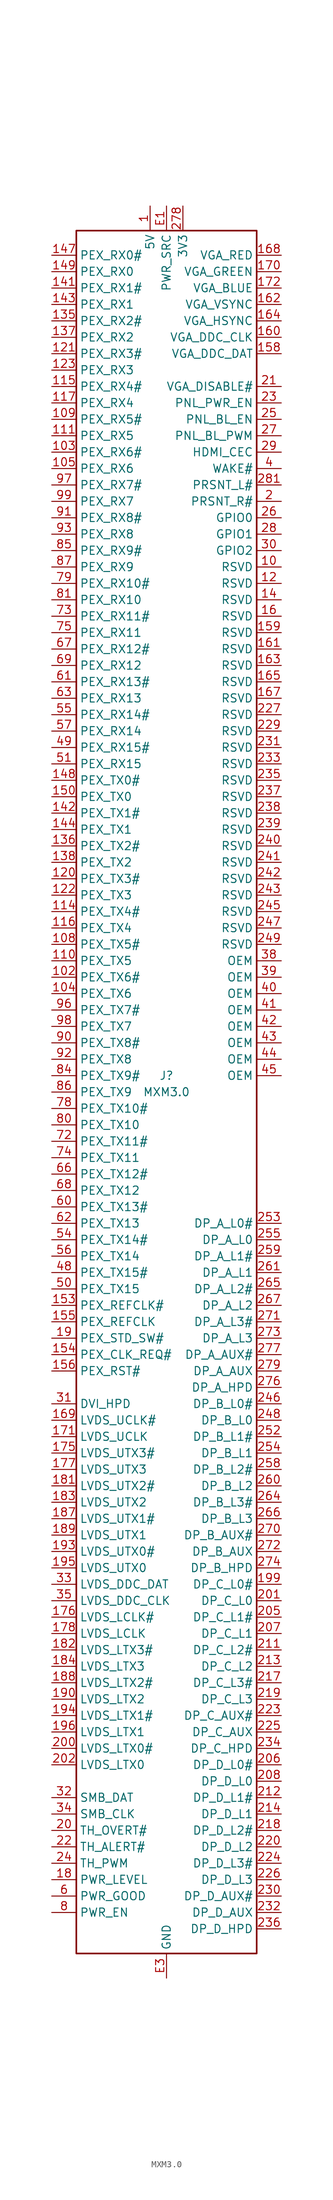
<source format=kicad_sym>
(kicad_symbol_lib
  (version 20211014)
  (generator kicad_symbol_editor)
  (symbol "MXM3.0"
    (property "Reference" "J"
      (at 0 2.54 0)
      (effects (font (size 1.27 1.27))))
    (property "Value" "MXM3.0"
      (at 0 0 0)
      (effects (font (size 1.27 1.27))))
    (symbol "MXM3.0_1_1"
      (rectangle (start -13.97 133.35) (end 13.97 -133.35) (stroke (width 0.254) (type default) (color 0 0 0 0)) (fill (type none)))
      (pin power_in line (at -2.54 137.16 270) (length 3.81) (name "5V" (effects (font (size 1.27 1.27)))) (number "1" (effects (font (size 1.27 1.27)))))
      (pin bidirectional line (at 17.78 81.28 180) (length 3.81) (name "RSVD" (effects (font (size 1.27 1.27)))) (number "10" (effects (font (size 1.27 1.27)))))
      (pin passive line (at 0 -137.16 90) (length 3.81) hide (name "GND" (effects (font (size 1.27 1.27)))) (number "100" (effects (font (size 1.27 1.27)))))
      (pin passive line (at 0 -137.16 90) (length 3.81) hide (name "GND" (effects (font (size 1.27 1.27)))) (number "101" (effects (font (size 1.27 1.27)))))
      (pin input line (at -17.78 17.78 0) (length 3.81) (name "PEX_TX6#" (effects (font (size 1.27 1.27)))) (number "102" (effects (font (size 1.27 1.27)))))
      (pin output line (at -17.78 99.06 0) (length 3.81) (name "PEX_RX6#" (effects (font (size 1.27 1.27)))) (number "103" (effects (font (size 1.27 1.27)))))
      (pin input line (at -17.78 15.24 0) (length 3.81) (name "PEX_TX6" (effects (font (size 1.27 1.27)))) (number "104" (effects (font (size 1.27 1.27)))))
      (pin output line (at -17.78 96.52 0) (length 3.81) (name "PEX_RX6" (effects (font (size 1.27 1.27)))) (number "105" (effects (font (size 1.27 1.27)))))
      (pin passive line (at 0 -137.16 90) (length 3.81) hide (name "GND" (effects (font (size 1.27 1.27)))) (number "106" (effects (font (size 1.27 1.27)))))
      (pin passive line (at 0 -137.16 90) (length 3.81) hide (name "GND" (effects (font (size 1.27 1.27)))) (number "107" (effects (font (size 1.27 1.27)))))
      (pin input line (at -17.78 22.86 0) (length 3.81) (name "PEX_TX5#" (effects (font (size 1.27 1.27)))) (number "108" (effects (font (size 1.27 1.27)))))
      (pin output line (at -17.78 104.14 0) (length 3.81) (name "PEX_RX5#" (effects (font (size 1.27 1.27)))) (number "109" (effects (font (size 1.27 1.27)))))
      (pin passive line (at 0 -137.16 90) (length 3.81) hide (name "GND" (effects (font (size 1.27 1.27)))) (number "11" (effects (font (size 1.27 1.27)))))
      (pin input line (at -17.78 20.32 0) (length 3.81) (name "PEX_TX5" (effects (font (size 1.27 1.27)))) (number "110" (effects (font (size 1.27 1.27)))))
      (pin output line (at -17.78 101.6 0) (length 3.81) (name "PEX_RX5" (effects (font (size 1.27 1.27)))) (number "111" (effects (font (size 1.27 1.27)))))
      (pin passive line (at 0 -137.16 90) (length 3.81) hide (name "GND" (effects (font (size 1.27 1.27)))) (number "112" (effects (font (size 1.27 1.27)))))
      (pin passive line (at 0 -137.16 90) (length 3.81) hide (name "GND" (effects (font (size 1.27 1.27)))) (number "113" (effects (font (size 1.27 1.27)))))
      (pin input line (at -17.78 27.94 0) (length 3.81) (name "PEX_TX4#" (effects (font (size 1.27 1.27)))) (number "114" (effects (font (size 1.27 1.27)))))
      (pin output line (at -17.78 109.22 0) (length 3.81) (name "PEX_RX4#" (effects (font (size 1.27 1.27)))) (number "115" (effects (font (size 1.27 1.27)))))
      (pin input line (at -17.78 25.4 0) (length 3.81) (name "PEX_TX4" (effects (font (size 1.27 1.27)))) (number "116" (effects (font (size 1.27 1.27)))))
      (pin output line (at -17.78 106.68 0) (length 3.81) (name "PEX_RX4" (effects (font (size 1.27 1.27)))) (number "117" (effects (font (size 1.27 1.27)))))
      (pin passive line (at 0 -137.16 90) (length 3.81) hide (name "GND" (effects (font (size 1.27 1.27)))) (number "118" (effects (font (size 1.27 1.27)))))
      (pin passive line (at 0 -137.16 90) (length 3.81) hide (name "GND" (effects (font (size 1.27 1.27)))) (number "119" (effects (font (size 1.27 1.27)))))
      (pin bidirectional line (at 17.78 78.74 180) (length 3.81) (name "RSVD" (effects (font (size 1.27 1.27)))) (number "12" (effects (font (size 1.27 1.27)))))
      (pin input line (at -17.78 33.02 0) (length 3.81) (name "PEX_TX3#" (effects (font (size 1.27 1.27)))) (number "120" (effects (font (size 1.27 1.27)))))
      (pin output line (at -17.78 114.3 0) (length 3.81) (name "PEX_RX3#" (effects (font (size 1.27 1.27)))) (number "121" (effects (font (size 1.27 1.27)))))
      (pin input line (at -17.78 30.48 0) (length 3.81) (name "PEX_TX3" (effects (font (size 1.27 1.27)))) (number "122" (effects (font (size 1.27 1.27)))))
      (pin output line (at -17.78 111.76 0) (length 3.81) (name "PEX_RX3" (effects (font (size 1.27 1.27)))) (number "123" (effects (font (size 1.27 1.27)))))
      (pin passive line (at 0 -137.16 90) (length 3.81) hide (name "GND" (effects (font (size 1.27 1.27)))) (number "124" (effects (font (size 1.27 1.27)))))
      (pin passive line (at 0 -137.16 90) (length 3.81) hide (name "GND" (effects (font (size 1.27 1.27)))) (number "125" (effects (font (size 1.27 1.27)))))
      (pin passive line (at 0 -137.16 90) (length 3.81) hide (name "GND" (effects (font (size 1.27 1.27)))) (number "13" (effects (font (size 1.27 1.27)))))
      (pin passive line (at 0 -137.16 90) (length 3.81) hide (name "GND" (effects (font (size 1.27 1.27)))) (number "133" (effects (font (size 1.27 1.27)))))
      (pin passive line (at 0 -137.16 90) (length 3.81) hide (name "GND" (effects (font (size 1.27 1.27)))) (number "134" (effects (font (size 1.27 1.27)))))
      (pin output line (at -17.78 119.38 0) (length 3.81) (name "PEX_RX2#" (effects (font (size 1.27 1.27)))) (number "135" (effects (font (size 1.27 1.27)))))
      (pin input line (at -17.78 38.1 0) (length 3.81) (name "PEX_TX2#" (effects (font (size 1.27 1.27)))) (number "136" (effects (font (size 1.27 1.27)))))
      (pin output line (at -17.78 116.84 0) (length 3.81) (name "PEX_RX2" (effects (font (size 1.27 1.27)))) (number "137" (effects (font (size 1.27 1.27)))))
      (pin input line (at -17.78 35.56 0) (length 3.81) (name "PEX_TX2" (effects (font (size 1.27 1.27)))) (number "138" (effects (font (size 1.27 1.27)))))
      (pin passive line (at 0 -137.16 90) (length 3.81) hide (name "GND" (effects (font (size 1.27 1.27)))) (number "139" (effects (font (size 1.27 1.27)))))
      (pin bidirectional line (at 17.78 76.2 180) (length 3.81) (name "RSVD" (effects (font (size 1.27 1.27)))) (number "14" (effects (font (size 1.27 1.27)))))
      (pin passive line (at 0 -137.16 90) (length 3.81) hide (name "GND" (effects (font (size 1.27 1.27)))) (number "140" (effects (font (size 1.27 1.27)))))
      (pin output line (at -17.78 124.46 0) (length 3.81) (name "PEX_RX1#" (effects (font (size 1.27 1.27)))) (number "141" (effects (font (size 1.27 1.27)))))
      (pin input line (at -17.78 43.18 0) (length 3.81) (name "PEX_TX1#" (effects (font (size 1.27 1.27)))) (number "142" (effects (font (size 1.27 1.27)))))
      (pin output line (at -17.78 121.92 0) (length 3.81) (name "PEX_RX1" (effects (font (size 1.27 1.27)))) (number "143" (effects (font (size 1.27 1.27)))))
      (pin input line (at -17.78 40.64 0) (length 3.81) (name "PEX_TX1" (effects (font (size 1.27 1.27)))) (number "144" (effects (font (size 1.27 1.27)))))
      (pin passive line (at 0 -137.16 90) (length 3.81) hide (name "GND" (effects (font (size 1.27 1.27)))) (number "145" (effects (font (size 1.27 1.27)))))
      (pin passive line (at 0 -137.16 90) (length 3.81) hide (name "GND" (effects (font (size 1.27 1.27)))) (number "146" (effects (font (size 1.27 1.27)))))
      (pin output line (at -17.78 129.54 0) (length 3.81) (name "PEX_RX0#" (effects (font (size 1.27 1.27)))) (number "147" (effects (font (size 1.27 1.27)))))
      (pin input line (at -17.78 48.26 0) (length 3.81) (name "PEX_TX0#" (effects (font (size 1.27 1.27)))) (number "148" (effects (font (size 1.27 1.27)))))
      (pin output line (at -17.78 127 0) (length 3.81) (name "PEX_RX0" (effects (font (size 1.27 1.27)))) (number "149" (effects (font (size 1.27 1.27)))))
      (pin passive line (at 0 -137.16 90) (length 3.81) hide (name "GND" (effects (font (size 1.27 1.27)))) (number "15" (effects (font (size 1.27 1.27)))))
      (pin input line (at -17.78 45.72 0) (length 3.81) (name "PEX_TX0" (effects (font (size 1.27 1.27)))) (number "150" (effects (font (size 1.27 1.27)))))
      (pin passive line (at 0 -137.16 90) (length 3.81) hide (name "GND" (effects (font (size 1.27 1.27)))) (number "151" (effects (font (size 1.27 1.27)))))
      (pin passive line (at 0 -137.16 90) (length 3.81) hide (name "GND" (effects (font (size 1.27 1.27)))) (number "152" (effects (font (size 1.27 1.27)))))
      (pin input line (at -17.78 -33.02 0) (length 3.81) (name "PEX_REFCLK#" (effects (font (size 1.27 1.27)))) (number "153" (effects (font (size 1.27 1.27)))))
      (pin output line (at -17.78 -40.64 0) (length 3.81) (name "PEX_CLK_REQ#" (effects (font (size 1.27 1.27)))) (number "154" (effects (font (size 1.27 1.27)))))
      (pin input line (at -17.78 -35.56 0) (length 3.81) (name "PEX_REFCLK" (effects (font (size 1.27 1.27)))) (number "155" (effects (font (size 1.27 1.27)))))
      (pin input line (at -17.78 -43.18 0) (length 3.81) (name "PEX_RST#" (effects (font (size 1.27 1.27)))) (number "156" (effects (font (size 1.27 1.27)))))
      (pin passive line (at 0 -137.16 90) (length 3.81) hide (name "GND" (effects (font (size 1.27 1.27)))) (number "157" (effects (font (size 1.27 1.27)))))
      (pin bidirectional line (at 17.78 114.3 180) (length 3.81) (name "VGA_DDC_DAT" (effects (font (size 1.27 1.27)))) (number "158" (effects (font (size 1.27 1.27)))))
      (pin bidirectional line (at 17.78 71.12 180) (length 3.81) (name "RSVD" (effects (font (size 1.27 1.27)))) (number "159" (effects (font (size 1.27 1.27)))))
      (pin bidirectional line (at 17.78 73.66 180) (length 3.81) (name "RSVD" (effects (font (size 1.27 1.27)))) (number "16" (effects (font (size 1.27 1.27)))))
      (pin output line (at 17.78 116.84 180) (length 3.81) (name "VGA_DDC_CLK" (effects (font (size 1.27 1.27)))) (number "160" (effects (font (size 1.27 1.27)))))
      (pin bidirectional line (at 17.78 68.58 180) (length 3.81) (name "RSVD" (effects (font (size 1.27 1.27)))) (number "161" (effects (font (size 1.27 1.27)))))
      (pin output line (at 17.78 121.92 180) (length 3.81) (name "VGA_VSYNC" (effects (font (size 1.27 1.27)))) (number "162" (effects (font (size 1.27 1.27)))))
      (pin bidirectional line (at 17.78 66.04 180) (length 3.81) (name "RSVD" (effects (font (size 1.27 1.27)))) (number "163" (effects (font (size 1.27 1.27)))))
      (pin output line (at 17.78 119.38 180) (length 3.81) (name "VGA_HSYNC" (effects (font (size 1.27 1.27)))) (number "164" (effects (font (size 1.27 1.27)))))
      (pin bidirectional line (at 17.78 63.5 180) (length 3.81) (name "RSVD" (effects (font (size 1.27 1.27)))) (number "165" (effects (font (size 1.27 1.27)))))
      (pin passive line (at 0 -137.16 90) (length 3.81) hide (name "GND" (effects (font (size 1.27 1.27)))) (number "166" (effects (font (size 1.27 1.27)))))
      (pin bidirectional line (at 17.78 60.96 180) (length 3.81) (name "RSVD" (effects (font (size 1.27 1.27)))) (number "167" (effects (font (size 1.27 1.27)))))
      (pin output line (at 17.78 129.54 180) (length 3.81) (name "VGA_RED" (effects (font (size 1.27 1.27)))) (number "168" (effects (font (size 1.27 1.27)))))
      (pin output line (at -17.78 -50.8 0) (length 3.81) (name "LVDS_UCLK#" (effects (font (size 1.27 1.27)))) (number "169" (effects (font (size 1.27 1.27)))))
      (pin passive line (at 0 -137.16 90) (length 3.81) hide (name "GND" (effects (font (size 1.27 1.27)))) (number "17" (effects (font (size 1.27 1.27)))))
      (pin output line (at 17.78 127 180) (length 3.81) (name "VGA_GREEN" (effects (font (size 1.27 1.27)))) (number "170" (effects (font (size 1.27 1.27)))))
      (pin output line (at -17.78 -53.34 0) (length 3.81) (name "LVDS_UCLK" (effects (font (size 1.27 1.27)))) (number "171" (effects (font (size 1.27 1.27)))))
      (pin output line (at 17.78 124.46 180) (length 3.81) (name "VGA_BLUE" (effects (font (size 1.27 1.27)))) (number "172" (effects (font (size 1.27 1.27)))))
      (pin passive line (at 0 -137.16 90) (length 3.81) hide (name "GND" (effects (font (size 1.27 1.27)))) (number "173" (effects (font (size 1.27 1.27)))))
      (pin passive line (at 0 -137.16 90) (length 3.81) hide (name "GND" (effects (font (size 1.27 1.27)))) (number "174" (effects (font (size 1.27 1.27)))))
      (pin output line (at -17.78 -55.88 0) (length 3.81) (name "LVDS_UTX3#" (effects (font (size 1.27 1.27)))) (number "175" (effects (font (size 1.27 1.27)))))
      (pin output line (at -17.78 -81.28 0) (length 3.81) (name "LVDS_LCLK#" (effects (font (size 1.27 1.27)))) (number "176" (effects (font (size 1.27 1.27)))))
      (pin output line (at -17.78 -58.42 0) (length 3.81) (name "LVDS_UTX3" (effects (font (size 1.27 1.27)))) (number "177" (effects (font (size 1.27 1.27)))))
      (pin output line (at -17.78 -83.82 0) (length 3.81) (name "LVDS_LCLK" (effects (font (size 1.27 1.27)))) (number "178" (effects (font (size 1.27 1.27)))))
      (pin passive line (at 0 -137.16 90) (length 3.81) hide (name "GND" (effects (font (size 1.27 1.27)))) (number "179" (effects (font (size 1.27 1.27)))))
      (pin input line (at -17.78 -121.92 0) (length 3.81) (name "PWR_LEVEL" (effects (font (size 1.27 1.27)))) (number "18" (effects (font (size 1.27 1.27)))))
      (pin passive line (at 0 -137.16 90) (length 3.81) hide (name "GND" (effects (font (size 1.27 1.27)))) (number "180" (effects (font (size 1.27 1.27)))))
      (pin output line (at -17.78 -60.96 0) (length 3.81) (name "LVDS_UTX2#" (effects (font (size 1.27 1.27)))) (number "181" (effects (font (size 1.27 1.27)))))
      (pin output line (at -17.78 -86.36 0) (length 3.81) (name "LVDS_LTX3#" (effects (font (size 1.27 1.27)))) (number "182" (effects (font (size 1.27 1.27)))))
      (pin output line (at -17.78 -63.5 0) (length 3.81) (name "LVDS_UTX2" (effects (font (size 1.27 1.27)))) (number "183" (effects (font (size 1.27 1.27)))))
      (pin output line (at -17.78 -88.9 0) (length 3.81) (name "LVDS_LTX3" (effects (font (size 1.27 1.27)))) (number "184" (effects (font (size 1.27 1.27)))))
      (pin passive line (at 0 -137.16 90) (length 3.81) hide (name "GND" (effects (font (size 1.27 1.27)))) (number "185" (effects (font (size 1.27 1.27)))))
      (pin passive line (at 0 -137.16 90) (length 3.81) hide (name "GND" (effects (font (size 1.27 1.27)))) (number "186" (effects (font (size 1.27 1.27)))))
      (pin output line (at -17.78 -66.04 0) (length 3.81) (name "LVDS_UTX1#" (effects (font (size 1.27 1.27)))) (number "187" (effects (font (size 1.27 1.27)))))
      (pin output line (at -17.78 -91.44 0) (length 3.81) (name "LVDS_LTX2#" (effects (font (size 1.27 1.27)))) (number "188" (effects (font (size 1.27 1.27)))))
      (pin output line (at -17.78 -68.58 0) (length 3.81) (name "LVDS_UTX1" (effects (font (size 1.27 1.27)))) (number "189" (effects (font (size 1.27 1.27)))))
      (pin input line (at -17.78 -38.1 0) (length 3.81) (name "PEX_STD_SW#" (effects (font (size 1.27 1.27)))) (number "19" (effects (font (size 1.27 1.27)))))
      (pin output line (at -17.78 -93.98 0) (length 3.81) (name "LVDS_LTX2" (effects (font (size 1.27 1.27)))) (number "190" (effects (font (size 1.27 1.27)))))
      (pin passive line (at 0 -137.16 90) (length 3.81) hide (name "GND" (effects (font (size 1.27 1.27)))) (number "191" (effects (font (size 1.27 1.27)))))
      (pin passive line (at 0 -137.16 90) (length 3.81) hide (name "GND" (effects (font (size 1.27 1.27)))) (number "192" (effects (font (size 1.27 1.27)))))
      (pin output line (at -17.78 -71.12 0) (length 3.81) (name "LVDS_UTX0#" (effects (font (size 1.27 1.27)))) (number "193" (effects (font (size 1.27 1.27)))))
      (pin output line (at -17.78 -96.52 0) (length 3.81) (name "LVDS_LTX1#" (effects (font (size 1.27 1.27)))) (number "194" (effects (font (size 1.27 1.27)))))
      (pin output line (at -17.78 -73.66 0) (length 3.81) (name "LVDS_UTX0" (effects (font (size 1.27 1.27)))) (number "195" (effects (font (size 1.27 1.27)))))
      (pin output line (at -17.78 -99.06 0) (length 3.81) (name "LVDS_LTX1" (effects (font (size 1.27 1.27)))) (number "196" (effects (font (size 1.27 1.27)))))
      (pin passive line (at 0 -137.16 90) (length 3.81) hide (name "GND" (effects (font (size 1.27 1.27)))) (number "197" (effects (font (size 1.27 1.27)))))
      (pin passive line (at 0 -137.16 90) (length 3.81) hide (name "GND" (effects (font (size 1.27 1.27)))) (number "198" (effects (font (size 1.27 1.27)))))
      (pin output line (at 17.78 -76.2 180) (length 3.81) (name "DP_C_L0#" (effects (font (size 1.27 1.27)))) (number "199" (effects (font (size 1.27 1.27)))))
      (pin output line (at 17.78 91.44 180) (length 3.81) (name "PRSNT_R#" (effects (font (size 1.27 1.27)))) (number "2" (effects (font (size 1.27 1.27)))))
      (pin output line (at -17.78 -114.3 0) (length 3.81) (name "TH_OVERT#" (effects (font (size 1.27 1.27)))) (number "20" (effects (font (size 1.27 1.27)))))
      (pin output line (at -17.78 -101.6 0) (length 3.81) (name "LVDS_LTX0#" (effects (font (size 1.27 1.27)))) (number "200" (effects (font (size 1.27 1.27)))))
      (pin output line (at 17.78 -78.74 180) (length 3.81) (name "DP_C_L0" (effects (font (size 1.27 1.27)))) (number "201" (effects (font (size 1.27 1.27)))))
      (pin output line (at -17.78 -104.14 0) (length 3.81) (name "LVDS_LTX0" (effects (font (size 1.27 1.27)))) (number "202" (effects (font (size 1.27 1.27)))))
      (pin passive line (at 0 -137.16 90) (length 3.81) hide (name "GND" (effects (font (size 1.27 1.27)))) (number "203" (effects (font (size 1.27 1.27)))))
      (pin passive line (at 0 -137.16 90) (length 3.81) hide (name "GND" (effects (font (size 1.27 1.27)))) (number "204" (effects (font (size 1.27 1.27)))))
      (pin output line (at 17.78 -81.28 180) (length 3.81) (name "DP_C_L1#" (effects (font (size 1.27 1.27)))) (number "205" (effects (font (size 1.27 1.27)))))
      (pin output line (at 17.78 -104.14 180) (length 3.81) (name "DP_D_L0#" (effects (font (size 1.27 1.27)))) (number "206" (effects (font (size 1.27 1.27)))))
      (pin output line (at 17.78 -83.82 180) (length 3.81) (name "DP_C_L1" (effects (font (size 1.27 1.27)))) (number "207" (effects (font (size 1.27 1.27)))))
      (pin output line (at 17.78 -106.68 180) (length 3.81) (name "DP_D_L0" (effects (font (size 1.27 1.27)))) (number "208" (effects (font (size 1.27 1.27)))))
      (pin passive line (at 0 -137.16 90) (length 3.81) hide (name "GND" (effects (font (size 1.27 1.27)))) (number "209" (effects (font (size 1.27 1.27)))))
      (pin input line (at 17.78 109.22 180) (length 3.81) (name "VGA_DISABLE#" (effects (font (size 1.27 1.27)))) (number "21" (effects (font (size 1.27 1.27)))))
      (pin passive line (at 0 -137.16 90) (length 3.81) hide (name "GND" (effects (font (size 1.27 1.27)))) (number "210" (effects (font (size 1.27 1.27)))))
      (pin output line (at 17.78 -86.36 180) (length 3.81) (name "DP_C_L2#" (effects (font (size 1.27 1.27)))) (number "211" (effects (font (size 1.27 1.27)))))
      (pin output line (at 17.78 -109.22 180) (length 3.81) (name "DP_D_L1#" (effects (font (size 1.27 1.27)))) (number "212" (effects (font (size 1.27 1.27)))))
      (pin output line (at 17.78 -88.9 180) (length 3.81) (name "DP_C_L2" (effects (font (size 1.27 1.27)))) (number "213" (effects (font (size 1.27 1.27)))))
      (pin output line (at 17.78 -111.76 180) (length 3.81) (name "DP_D_L1" (effects (font (size 1.27 1.27)))) (number "214" (effects (font (size 1.27 1.27)))))
      (pin passive line (at 0 -137.16 90) (length 3.81) hide (name "GND" (effects (font (size 1.27 1.27)))) (number "215" (effects (font (size 1.27 1.27)))))
      (pin passive line (at 0 -137.16 90) (length 3.81) hide (name "GND" (effects (font (size 1.27 1.27)))) (number "216" (effects (font (size 1.27 1.27)))))
      (pin output line (at 17.78 -91.44 180) (length 3.81) (name "DP_C_L3#" (effects (font (size 1.27 1.27)))) (number "217" (effects (font (size 1.27 1.27)))))
      (pin output line (at 17.78 -114.3 180) (length 3.81) (name "DP_D_L2#" (effects (font (size 1.27 1.27)))) (number "218" (effects (font (size 1.27 1.27)))))
      (pin output line (at 17.78 -93.98 180) (length 3.81) (name "DP_C_L3" (effects (font (size 1.27 1.27)))) (number "219" (effects (font (size 1.27 1.27)))))
      (pin bidirectional line (at -17.78 -116.84 0) (length 3.81) (name "TH_ALERT#" (effects (font (size 1.27 1.27)))) (number "22" (effects (font (size 1.27 1.27)))))
      (pin output line (at 17.78 -116.84 180) (length 3.81) (name "DP_D_L2" (effects (font (size 1.27 1.27)))) (number "220" (effects (font (size 1.27 1.27)))))
      (pin passive line (at 0 -137.16 90) (length 3.81) hide (name "GND" (effects (font (size 1.27 1.27)))) (number "221" (effects (font (size 1.27 1.27)))))
      (pin passive line (at 0 -137.16 90) (length 3.81) hide (name "GND" (effects (font (size 1.27 1.27)))) (number "222" (effects (font (size 1.27 1.27)))))
      (pin bidirectional line (at 17.78 -96.52 180) (length 3.81) (name "DP_C_AUX#" (effects (font (size 1.27 1.27)))) (number "223" (effects (font (size 1.27 1.27)))))
      (pin output line (at 17.78 -119.38 180) (length 3.81) (name "DP_D_L3#" (effects (font (size 1.27 1.27)))) (number "224" (effects (font (size 1.27 1.27)))))
      (pin bidirectional line (at 17.78 -99.06 180) (length 3.81) (name "DP_C_AUX" (effects (font (size 1.27 1.27)))) (number "225" (effects (font (size 1.27 1.27)))))
      (pin output line (at 17.78 -121.92 180) (length 3.81) (name "DP_D_L3" (effects (font (size 1.27 1.27)))) (number "226" (effects (font (size 1.27 1.27)))))
      (pin bidirectional line (at 17.78 58.42 180) (length 3.81) (name "RSVD" (effects (font (size 1.27 1.27)))) (number "227" (effects (font (size 1.27 1.27)))))
      (pin passive line (at 0 -137.16 90) (length 3.81) hide (name "GND" (effects (font (size 1.27 1.27)))) (number "228" (effects (font (size 1.27 1.27)))))
      (pin bidirectional line (at 17.78 55.88 180) (length 3.81) (name "RSVD" (effects (font (size 1.27 1.27)))) (number "229" (effects (font (size 1.27 1.27)))))
      (pin output line (at 17.78 106.68 180) (length 3.81) (name "PNL_PWR_EN" (effects (font (size 1.27 1.27)))) (number "23" (effects (font (size 1.27 1.27)))))
      (pin bidirectional line (at 17.78 -124.46 180) (length 3.81) (name "DP_D_AUX#" (effects (font (size 1.27 1.27)))) (number "230" (effects (font (size 1.27 1.27)))))
      (pin bidirectional line (at 17.78 53.34 180) (length 3.81) (name "RSVD" (effects (font (size 1.27 1.27)))) (number "231" (effects (font (size 1.27 1.27)))))
      (pin bidirectional line (at 17.78 -127 180) (length 3.81) (name "DP_D_AUX" (effects (font (size 1.27 1.27)))) (number "232" (effects (font (size 1.27 1.27)))))
      (pin bidirectional line (at 17.78 50.8 180) (length 3.81) (name "RSVD" (effects (font (size 1.27 1.27)))) (number "233" (effects (font (size 1.27 1.27)))))
      (pin input line (at 17.78 -101.6 180) (length 3.81) (name "DP_C_HPD" (effects (font (size 1.27 1.27)))) (number "234" (effects (font (size 1.27 1.27)))))
      (pin bidirectional line (at 17.78 48.26 180) (length 3.81) (name "RSVD" (effects (font (size 1.27 1.27)))) (number "235" (effects (font (size 1.27 1.27)))))
      (pin input line (at 17.78 -129.54 180) (length 3.81) (name "DP_D_HPD" (effects (font (size 1.27 1.27)))) (number "236" (effects (font (size 1.27 1.27)))))
      (pin bidirectional line (at 17.78 45.72 180) (length 3.81) (name "RSVD" (effects (font (size 1.27 1.27)))) (number "237" (effects (font (size 1.27 1.27)))))
      (pin bidirectional line (at 17.78 43.18 180) (length 3.81) (name "RSVD" (effects (font (size 1.27 1.27)))) (number "238" (effects (font (size 1.27 1.27)))))
      (pin bidirectional line (at 17.78 40.64 180) (length 3.81) (name "RSVD" (effects (font (size 1.27 1.27)))) (number "239" (effects (font (size 1.27 1.27)))))
      (pin output line (at -17.78 -119.38 0) (length 3.81) (name "TH_PWM" (effects (font (size 1.27 1.27)))) (number "24" (effects (font (size 1.27 1.27)))))
      (pin bidirectional line (at 17.78 38.1 180) (length 3.81) (name "RSVD" (effects (font (size 1.27 1.27)))) (number "240" (effects (font (size 1.27 1.27)))))
      (pin bidirectional line (at 17.78 35.56 180) (length 3.81) (name "RSVD" (effects (font (size 1.27 1.27)))) (number "241" (effects (font (size 1.27 1.27)))))
      (pin bidirectional line (at 17.78 33.02 180) (length 3.81) (name "RSVD" (effects (font (size 1.27 1.27)))) (number "242" (effects (font (size 1.27 1.27)))))
      (pin bidirectional line (at 17.78 30.48 180) (length 3.81) (name "RSVD" (effects (font (size 1.27 1.27)))) (number "243" (effects (font (size 1.27 1.27)))))
      (pin passive line (at 0 -137.16 90) (length 3.81) hide (name "GND" (effects (font (size 1.27 1.27)))) (number "244" (effects (font (size 1.27 1.27)))))
      (pin bidirectional line (at 17.78 27.94 180) (length 3.81) (name "RSVD" (effects (font (size 1.27 1.27)))) (number "245" (effects (font (size 1.27 1.27)))))
      (pin output line (at 17.78 -48.26 180) (length 3.81) (name "DP_B_L0#" (effects (font (size 1.27 1.27)))) (number "246" (effects (font (size 1.27 1.27)))))
      (pin bidirectional line (at 17.78 25.4 180) (length 3.81) (name "RSVD" (effects (font (size 1.27 1.27)))) (number "247" (effects (font (size 1.27 1.27)))))
      (pin output line (at 17.78 -50.8 180) (length 3.81) (name "DP_B_L0" (effects (font (size 1.27 1.27)))) (number "248" (effects (font (size 1.27 1.27)))))
      (pin bidirectional line (at 17.78 22.86 180) (length 3.81) (name "RSVD" (effects (font (size 1.27 1.27)))) (number "249" (effects (font (size 1.27 1.27)))))
      (pin output line (at 17.78 104.14 180) (length 3.81) (name "PNL_BL_EN" (effects (font (size 1.27 1.27)))) (number "25" (effects (font (size 1.27 1.27)))))
      (pin passive line (at 0 -137.16 90) (length 3.81) hide (name "GND" (effects (font (size 1.27 1.27)))) (number "250" (effects (font (size 1.27 1.27)))))
      (pin passive line (at 0 -137.16 90) (length 3.81) hide (name "GND" (effects (font (size 1.27 1.27)))) (number "251" (effects (font (size 1.27 1.27)))))
      (pin output line (at 17.78 -53.34 180) (length 3.81) (name "DP_B_L1#" (effects (font (size 1.27 1.27)))) (number "252" (effects (font (size 1.27 1.27)))))
      (pin output line (at 17.78 -20.32 180) (length 3.81) (name "DP_A_L0#" (effects (font (size 1.27 1.27)))) (number "253" (effects (font (size 1.27 1.27)))))
      (pin output line (at 17.78 -55.88 180) (length 3.81) (name "DP_B_L1" (effects (font (size 1.27 1.27)))) (number "254" (effects (font (size 1.27 1.27)))))
      (pin output line (at 17.78 -22.86 180) (length 3.81) (name "DP_A_L0" (effects (font (size 1.27 1.27)))) (number "255" (effects (font (size 1.27 1.27)))))
      (pin passive line (at 0 -137.16 90) (length 3.81) hide (name "GND" (effects (font (size 1.27 1.27)))) (number "256" (effects (font (size 1.27 1.27)))))
      (pin passive line (at 0 -137.16 90) (length 3.81) hide (name "GND" (effects (font (size 1.27 1.27)))) (number "257" (effects (font (size 1.27 1.27)))))
      (pin output line (at 17.78 -58.42 180) (length 3.81) (name "DP_B_L2#" (effects (font (size 1.27 1.27)))) (number "258" (effects (font (size 1.27 1.27)))))
      (pin output line (at 17.78 -25.4 180) (length 3.81) (name "DP_A_L1#" (effects (font (size 1.27 1.27)))) (number "259" (effects (font (size 1.27 1.27)))))
      (pin bidirectional line (at 17.78 88.9 180) (length 3.81) (name "GPIO0" (effects (font (size 1.27 1.27)))) (number "26" (effects (font (size 1.27 1.27)))))
      (pin output line (at 17.78 -60.96 180) (length 3.81) (name "DP_B_L2" (effects (font (size 1.27 1.27)))) (number "260" (effects (font (size 1.27 1.27)))))
      (pin output line (at 17.78 -27.94 180) (length 3.81) (name "DP_A_L1" (effects (font (size 1.27 1.27)))) (number "261" (effects (font (size 1.27 1.27)))))
      (pin passive line (at 0 -137.16 90) (length 3.81) hide (name "GND" (effects (font (size 1.27 1.27)))) (number "262" (effects (font (size 1.27 1.27)))))
      (pin passive line (at 0 -137.16 90) (length 3.81) hide (name "GND" (effects (font (size 1.27 1.27)))) (number "263" (effects (font (size 1.27 1.27)))))
      (pin output line (at 17.78 -63.5 180) (length 3.81) (name "DP_B_L3#" (effects (font (size 1.27 1.27)))) (number "264" (effects (font (size 1.27 1.27)))))
      (pin output line (at 17.78 -30.48 180) (length 3.81) (name "DP_A_L2#" (effects (font (size 1.27 1.27)))) (number "265" (effects (font (size 1.27 1.27)))))
      (pin output line (at 17.78 -66.04 180) (length 3.81) (name "DP_B_L3" (effects (font (size 1.27 1.27)))) (number "266" (effects (font (size 1.27 1.27)))))
      (pin output line (at 17.78 -33.02 180) (length 3.81) (name "DP_A_L2" (effects (font (size 1.27 1.27)))) (number "267" (effects (font (size 1.27 1.27)))))
      (pin passive line (at 0 -137.16 90) (length 3.81) hide (name "GND" (effects (font (size 1.27 1.27)))) (number "268" (effects (font (size 1.27 1.27)))))
      (pin passive line (at 0 -137.16 90) (length 3.81) hide (name "GND" (effects (font (size 1.27 1.27)))) (number "269" (effects (font (size 1.27 1.27)))))
      (pin output line (at 17.78 101.6 180) (length 3.81) (name "PNL_BL_PWM" (effects (font (size 1.27 1.27)))) (number "27" (effects (font (size 1.27 1.27)))))
      (pin bidirectional line (at 17.78 -68.58 180) (length 3.81) (name "DP_B_AUX#" (effects (font (size 1.27 1.27)))) (number "270" (effects (font (size 1.27 1.27)))))
      (pin output line (at 17.78 -35.56 180) (length 3.81) (name "DP_A_L3#" (effects (font (size 1.27 1.27)))) (number "271" (effects (font (size 1.27 1.27)))))
      (pin bidirectional line (at 17.78 -71.12 180) (length 3.81) (name "DP_B_AUX" (effects (font (size 1.27 1.27)))) (number "272" (effects (font (size 1.27 1.27)))))
      (pin output line (at 17.78 -38.1 180) (length 3.81) (name "DP_A_L3" (effects (font (size 1.27 1.27)))) (number "273" (effects (font (size 1.27 1.27)))))
      (pin input line (at 17.78 -73.66 180) (length 3.81) (name "DP_B_HPD" (effects (font (size 1.27 1.27)))) (number "274" (effects (font (size 1.27 1.27)))))
      (pin passive line (at 0 -137.16 90) (length 3.81) hide (name "GND" (effects (font (size 1.27 1.27)))) (number "275" (effects (font (size 1.27 1.27)))))
      (pin input line (at 17.78 -45.72 180) (length 3.81) (name "DP_A_HPD" (effects (font (size 1.27 1.27)))) (number "276" (effects (font (size 1.27 1.27)))))
      (pin bidirectional line (at 17.78 -40.64 180) (length 3.81) (name "DP_A_AUX#" (effects (font (size 1.27 1.27)))) (number "277" (effects (font (size 1.27 1.27)))))
      (pin power_in line (at 2.54 137.16 270) (length 3.81) (name "3V3" (effects (font (size 1.27 1.27)))) (number "278" (effects (font (size 1.27 1.27)))))
      (pin bidirectional line (at 17.78 -43.18 180) (length 3.81) (name "DP_A_AUX" (effects (font (size 1.27 1.27)))) (number "279" (effects (font (size 1.27 1.27)))))
      (pin bidirectional line (at 17.78 86.36 180) (length 3.81) (name "GPIO1" (effects (font (size 1.27 1.27)))) (number "28" (effects (font (size 1.27 1.27)))))
      (pin passive line (at 2.54 137.16 270) (length 3.81) hide (name "3V3" (effects (font (size 1.27 1.27)))) (number "280" (effects (font (size 1.27 1.27)))))
      (pin output line (at 17.78 93.98 180) (length 3.81) (name "PRSNT_L#" (effects (font (size 1.27 1.27)))) (number "281" (effects (font (size 1.27 1.27)))))
      (pin bidirectional line (at 17.78 99.06 180) (length 3.81) (name "HDMI_CEC" (effects (font (size 1.27 1.27)))) (number "29" (effects (font (size 1.27 1.27)))))
      (pin passive line (at -2.54 137.16 270) (length 3.81) hide (name "5V" (effects (font (size 1.27 1.27)))) (number "3" (effects (font (size 1.27 1.27)))))
      (pin bidirectional line (at 17.78 83.82 180) (length 3.81) (name "GPIO2" (effects (font (size 1.27 1.27)))) (number "30" (effects (font (size 1.27 1.27)))))
      (pin input line (at -17.78 -48.26 0) (length 3.81) (name "DVI_HPD" (effects (font (size 1.27 1.27)))) (number "31" (effects (font (size 1.27 1.27)))))
      (pin bidirectional line (at -17.78 -109.22 0) (length 3.81) (name "SMB_DAT" (effects (font (size 1.27 1.27)))) (number "32" (effects (font (size 1.27 1.27)))))
      (pin bidirectional line (at -17.78 -76.2 0) (length 3.81) (name "LVDS_DDC_DAT" (effects (font (size 1.27 1.27)))) (number "33" (effects (font (size 1.27 1.27)))))
      (pin input line (at -17.78 -111.76 0) (length 3.81) (name "SMB_CLK" (effects (font (size 1.27 1.27)))) (number "34" (effects (font (size 1.27 1.27)))))
      (pin output line (at -17.78 -78.74 0) (length 3.81) (name "LVDS_DDC_CLK" (effects (font (size 1.27 1.27)))) (number "35" (effects (font (size 1.27 1.27)))))
      (pin passive line (at 0 -137.16 90) (length 3.81) hide (name "GND" (effects (font (size 1.27 1.27)))) (number "36" (effects (font (size 1.27 1.27)))))
      (pin passive line (at 0 -137.16 90) (length 3.81) hide (name "GND" (effects (font (size 1.27 1.27)))) (number "37" (effects (font (size 1.27 1.27)))))
      (pin bidirectional line (at 17.78 20.32 180) (length 3.81) (name "OEM" (effects (font (size 1.27 1.27)))) (number "38" (effects (font (size 1.27 1.27)))))
      (pin bidirectional line (at 17.78 17.78 180) (length 3.81) (name "OEM" (effects (font (size 1.27 1.27)))) (number "39" (effects (font (size 1.27 1.27)))))
      (pin output line (at 17.78 96.52 180) (length 3.81) (name "WAKE#" (effects (font (size 1.27 1.27)))) (number "4" (effects (font (size 1.27 1.27)))))
      (pin bidirectional line (at 17.78 15.24 180) (length 3.81) (name "OEM" (effects (font (size 1.27 1.27)))) (number "40" (effects (font (size 1.27 1.27)))))
      (pin bidirectional line (at 17.78 12.7 180) (length 3.81) (name "OEM" (effects (font (size 1.27 1.27)))) (number "41" (effects (font (size 1.27 1.27)))))
      (pin bidirectional line (at 17.78 10.16 180) (length 3.81) (name "OEM" (effects (font (size 1.27 1.27)))) (number "42" (effects (font (size 1.27 1.27)))))
      (pin bidirectional line (at 17.78 7.62 180) (length 3.81) (name "OEM" (effects (font (size 1.27 1.27)))) (number "43" (effects (font (size 1.27 1.27)))))
      (pin bidirectional line (at 17.78 5.08 180) (length 3.81) (name "OEM" (effects (font (size 1.27 1.27)))) (number "44" (effects (font (size 1.27 1.27)))))
      (pin bidirectional line (at 17.78 2.54 180) (length 3.81) (name "OEM" (effects (font (size 1.27 1.27)))) (number "45" (effects (font (size 1.27 1.27)))))
      (pin passive line (at 0 -137.16 90) (length 3.81) hide (name "GND" (effects (font (size 1.27 1.27)))) (number "46" (effects (font (size 1.27 1.27)))))
      (pin passive line (at 0 -137.16 90) (length 3.81) hide (name "GND" (effects (font (size 1.27 1.27)))) (number "47" (effects (font (size 1.27 1.27)))))
      (pin input line (at -17.78 -27.94 0) (length 3.81) (name "PEX_TX15#" (effects (font (size 1.27 1.27)))) (number "48" (effects (font (size 1.27 1.27)))))
      (pin output line (at -17.78 53.34 0) (length 3.81) (name "PEX_RX15#" (effects (font (size 1.27 1.27)))) (number "49" (effects (font (size 1.27 1.27)))))
      (pin passive line (at -2.54 137.16 270) (length 3.81) hide (name "5V" (effects (font (size 1.27 1.27)))) (number "5" (effects (font (size 1.27 1.27)))))
      (pin input line (at -17.78 -30.48 0) (length 3.81) (name "PEX_TX15" (effects (font (size 1.27 1.27)))) (number "50" (effects (font (size 1.27 1.27)))))
      (pin output line (at -17.78 50.8 0) (length 3.81) (name "PEX_RX15" (effects (font (size 1.27 1.27)))) (number "51" (effects (font (size 1.27 1.27)))))
      (pin passive line (at 0 -137.16 90) (length 3.81) hide (name "GND" (effects (font (size 1.27 1.27)))) (number "52" (effects (font (size 1.27 1.27)))))
      (pin passive line (at 0 -137.16 90) (length 3.81) hide (name "GND" (effects (font (size 1.27 1.27)))) (number "53" (effects (font (size 1.27 1.27)))))
      (pin input line (at -17.78 -22.86 0) (length 3.81) (name "PEX_TX14#" (effects (font (size 1.27 1.27)))) (number "54" (effects (font (size 1.27 1.27)))))
      (pin output line (at -17.78 58.42 0) (length 3.81) (name "PEX_RX14#" (effects (font (size 1.27 1.27)))) (number "55" (effects (font (size 1.27 1.27)))))
      (pin input line (at -17.78 -25.4 0) (length 3.81) (name "PEX_TX14" (effects (font (size 1.27 1.27)))) (number "56" (effects (font (size 1.27 1.27)))))
      (pin output line (at -17.78 55.88 0) (length 3.81) (name "PEX_RX14" (effects (font (size 1.27 1.27)))) (number "57" (effects (font (size 1.27 1.27)))))
      (pin passive line (at 0 -137.16 90) (length 3.81) hide (name "GND" (effects (font (size 1.27 1.27)))) (number "58" (effects (font (size 1.27 1.27)))))
      (pin passive line (at 0 -137.16 90) (length 3.81) hide (name "GND" (effects (font (size 1.27 1.27)))) (number "59" (effects (font (size 1.27 1.27)))))
      (pin output line (at -17.78 -124.46 0) (length 3.81) (name "PWR_GOOD" (effects (font (size 1.27 1.27)))) (number "6" (effects (font (size 1.27 1.27)))))
      (pin input line (at -17.78 -17.78 0) (length 3.81) (name "PEX_TX13#" (effects (font (size 1.27 1.27)))) (number "60" (effects (font (size 1.27 1.27)))))
      (pin output line (at -17.78 63.5 0) (length 3.81) (name "PEX_RX13#" (effects (font (size 1.27 1.27)))) (number "61" (effects (font (size 1.27 1.27)))))
      (pin input line (at -17.78 -20.32 0) (length 3.81) (name "PEX_TX13" (effects (font (size 1.27 1.27)))) (number "62" (effects (font (size 1.27 1.27)))))
      (pin output line (at -17.78 60.96 0) (length 3.81) (name "PEX_RX13" (effects (font (size 1.27 1.27)))) (number "63" (effects (font (size 1.27 1.27)))))
      (pin passive line (at 0 -137.16 90) (length 3.81) hide (name "GND" (effects (font (size 1.27 1.27)))) (number "64" (effects (font (size 1.27 1.27)))))
      (pin passive line (at 0 -137.16 90) (length 3.81) hide (name "GND" (effects (font (size 1.27 1.27)))) (number "65" (effects (font (size 1.27 1.27)))))
      (pin input line (at -17.78 -12.7 0) (length 3.81) (name "PEX_TX12#" (effects (font (size 1.27 1.27)))) (number "66" (effects (font (size 1.27 1.27)))))
      (pin output line (at -17.78 68.58 0) (length 3.81) (name "PEX_RX12#" (effects (font (size 1.27 1.27)))) (number "67" (effects (font (size 1.27 1.27)))))
      (pin input line (at -17.78 -15.24 0) (length 3.81) (name "PEX_TX12" (effects (font (size 1.27 1.27)))) (number "68" (effects (font (size 1.27 1.27)))))
      (pin output line (at -17.78 66.04 0) (length 3.81) (name "PEX_RX12" (effects (font (size 1.27 1.27)))) (number "69" (effects (font (size 1.27 1.27)))))
      (pin passive line (at -2.54 137.16 270) (length 3.81) hide (name "5V" (effects (font (size 1.27 1.27)))) (number "7" (effects (font (size 1.27 1.27)))))
      (pin passive line (at 0 -137.16 90) (length 3.81) hide (name "GND" (effects (font (size 1.27 1.27)))) (number "70" (effects (font (size 1.27 1.27)))))
      (pin passive line (at 0 -137.16 90) (length 3.81) hide (name "GND" (effects (font (size 1.27 1.27)))) (number "71" (effects (font (size 1.27 1.27)))))
      (pin input line (at -17.78 -7.62 0) (length 3.81) (name "PEX_TX11#" (effects (font (size 1.27 1.27)))) (number "72" (effects (font (size 1.27 1.27)))))
      (pin output line (at -17.78 73.66 0) (length 3.81) (name "PEX_RX11#" (effects (font (size 1.27 1.27)))) (number "73" (effects (font (size 1.27 1.27)))))
      (pin input line (at -17.78 -10.16 0) (length 3.81) (name "PEX_TX11" (effects (font (size 1.27 1.27)))) (number "74" (effects (font (size 1.27 1.27)))))
      (pin output line (at -17.78 71.12 0) (length 3.81) (name "PEX_RX11" (effects (font (size 1.27 1.27)))) (number "75" (effects (font (size 1.27 1.27)))))
      (pin passive line (at 0 -137.16 90) (length 3.81) hide (name "GND" (effects (font (size 1.27 1.27)))) (number "76" (effects (font (size 1.27 1.27)))))
      (pin passive line (at 0 -137.16 90) (length 3.81) hide (name "GND" (effects (font (size 1.27 1.27)))) (number "77" (effects (font (size 1.27 1.27)))))
      (pin input line (at -17.78 -2.54 0) (length 3.81) (name "PEX_TX10#" (effects (font (size 1.27 1.27)))) (number "78" (effects (font (size 1.27 1.27)))))
      (pin output line (at -17.78 78.74 0) (length 3.81) (name "PEX_RX10#" (effects (font (size 1.27 1.27)))) (number "79" (effects (font (size 1.27 1.27)))))
      (pin input line (at -17.78 -127 0) (length 3.81) (name "PWR_EN" (effects (font (size 1.27 1.27)))) (number "8" (effects (font (size 1.27 1.27)))))
      (pin input line (at -17.78 -5.08 0) (length 3.81) (name "PEX_TX10" (effects (font (size 1.27 1.27)))) (number "80" (effects (font (size 1.27 1.27)))))
      (pin output line (at -17.78 76.2 0) (length 3.81) (name "PEX_RX10" (effects (font (size 1.27 1.27)))) (number "81" (effects (font (size 1.27 1.27)))))
      (pin passive line (at 0 -137.16 90) (length 3.81) hide (name "GND" (effects (font (size 1.27 1.27)))) (number "82" (effects (font (size 1.27 1.27)))))
      (pin passive line (at 0 -137.16 90) (length 3.81) hide (name "GND" (effects (font (size 1.27 1.27)))) (number "83" (effects (font (size 1.27 1.27)))))
      (pin input line (at -17.78 2.54 0) (length 3.81) (name "PEX_TX9#" (effects (font (size 1.27 1.27)))) (number "84" (effects (font (size 1.27 1.27)))))
      (pin output line (at -17.78 83.82 0) (length 3.81) (name "PEX_RX9#" (effects (font (size 1.27 1.27)))) (number "85" (effects (font (size 1.27 1.27)))))
      (pin input line (at -17.78 0 0) (length 3.81) (name "PEX_TX9" (effects (font (size 1.27 1.27)))) (number "86" (effects (font (size 1.27 1.27)))))
      (pin output line (at -17.78 81.28 0) (length 3.81) (name "PEX_RX9" (effects (font (size 1.27 1.27)))) (number "87" (effects (font (size 1.27 1.27)))))
      (pin passive line (at 0 -137.16 90) (length 3.81) hide (name "GND" (effects (font (size 1.27 1.27)))) (number "88" (effects (font (size 1.27 1.27)))))
      (pin passive line (at 0 -137.16 90) (length 3.81) hide (name "GND" (effects (font (size 1.27 1.27)))) (number "89" (effects (font (size 1.27 1.27)))))
      (pin passive line (at -2.54 137.16 270) (length 3.81) hide (name "5V" (effects (font (size 1.27 1.27)))) (number "9" (effects (font (size 1.27 1.27)))))
      (pin input line (at -17.78 7.62 0) (length 3.81) (name "PEX_TX8#" (effects (font (size 1.27 1.27)))) (number "90" (effects (font (size 1.27 1.27)))))
      (pin output line (at -17.78 88.9 0) (length 3.81) (name "PEX_RX8#" (effects (font (size 1.27 1.27)))) (number "91" (effects (font (size 1.27 1.27)))))
      (pin input line (at -17.78 5.08 0) (length 3.81) (name "PEX_TX8" (effects (font (size 1.27 1.27)))) (number "92" (effects (font (size 1.27 1.27)))))
      (pin output line (at -17.78 86.36 0) (length 3.81) (name "PEX_RX8" (effects (font (size 1.27 1.27)))) (number "93" (effects (font (size 1.27 1.27)))))
      (pin passive line (at 0 -137.16 90) (length 3.81) hide (name "GND" (effects (font (size 1.27 1.27)))) (number "94" (effects (font (size 1.27 1.27)))))
      (pin passive line (at 0 -137.16 90) (length 3.81) hide (name "GND" (effects (font (size 1.27 1.27)))) (number "95" (effects (font (size 1.27 1.27)))))
      (pin input line (at -17.78 12.7 0) (length 3.81) (name "PEX_TX7#" (effects (font (size 1.27 1.27)))) (number "96" (effects (font (size 1.27 1.27)))))
      (pin output line (at -17.78 93.98 0) (length 3.81) (name "PEX_RX7#" (effects (font (size 1.27 1.27)))) (number "97" (effects (font (size 1.27 1.27)))))
      (pin input line (at -17.78 10.16 0) (length 3.81) (name "PEX_TX7" (effects (font (size 1.27 1.27)))) (number "98" (effects (font (size 1.27 1.27)))))
      (pin output line (at -17.78 91.44 0) (length 3.81) (name "PEX_RX7" (effects (font (size 1.27 1.27)))) (number "99" (effects (font (size 1.27 1.27)))))
      (pin power_in line (at 0 137.16 270) (length 3.81) (name "PWR_SRC" (effects (font (size 1.27 1.27)))) (number "E1" (effects (font (size 1.27 1.27)))))
      (pin passive line (at 0 137.16 270) (length 3.81) hide (name "PWR_SRC" (effects (font (size 1.27 1.27)))) (number "E2" (effects (font (size 1.27 1.27)))))
      (pin power_in line (at 0 -137.16 90) (length 3.81) (name "GND" (effects (font (size 1.27 1.27)))) (number "E3" (effects (font (size 1.27 1.27)))))
      (pin passive line (at 0 -137.16 90) (length 3.81) hide (name "GND" (effects (font (size 1.27 1.27)))) (number "E4" (effects (font (size 1.27 1.27))))))))
</source>
